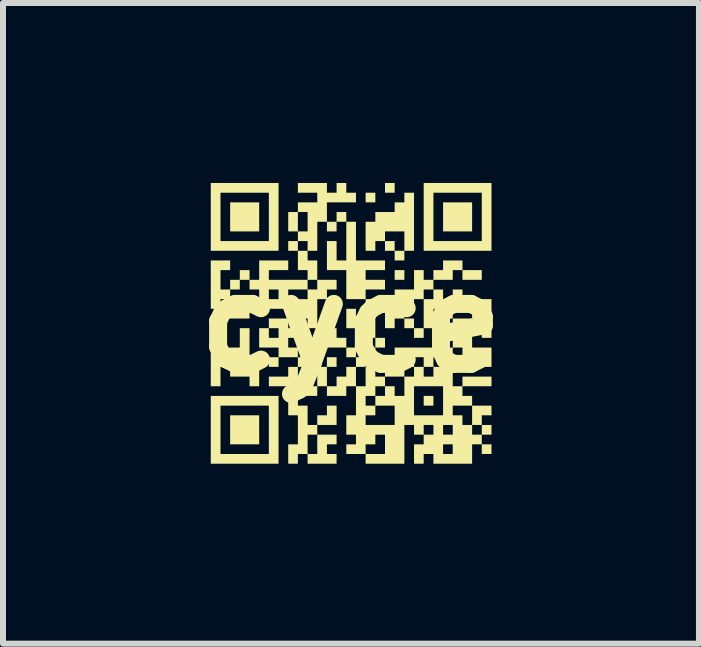
<source format=kicad_pcb>
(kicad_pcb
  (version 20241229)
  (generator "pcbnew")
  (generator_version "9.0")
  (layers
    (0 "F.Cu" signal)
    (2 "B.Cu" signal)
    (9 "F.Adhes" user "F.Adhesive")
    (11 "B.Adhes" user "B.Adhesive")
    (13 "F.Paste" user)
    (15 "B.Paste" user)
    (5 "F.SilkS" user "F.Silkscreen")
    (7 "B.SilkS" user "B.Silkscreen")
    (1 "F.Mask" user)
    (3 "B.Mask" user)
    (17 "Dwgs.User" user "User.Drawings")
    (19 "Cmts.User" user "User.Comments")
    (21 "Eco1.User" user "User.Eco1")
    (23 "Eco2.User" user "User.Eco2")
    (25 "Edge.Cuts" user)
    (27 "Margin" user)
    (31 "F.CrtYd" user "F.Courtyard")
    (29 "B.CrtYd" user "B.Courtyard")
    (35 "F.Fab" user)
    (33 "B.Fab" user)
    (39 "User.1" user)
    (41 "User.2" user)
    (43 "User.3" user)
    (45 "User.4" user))
  (footprint "cyce"
    (layer "F.Cu")
    (at 2.8 2.337)
    (property "Reference" "cyce" (at 0 0 0) (layer "F.SilkS") (effects (font (size 1.5 1.5) (thickness 0.3))))
    (attr board_only exclude_from_pos_files exclude_from_bom)
    (fp_poly (pts (xy -1.53 -1.772) (xy -1.53 -1.53) (xy -1.772 -1.53) (xy -2.014 -1.53) (xy -2.014 -1.772) (xy -2.014 -2.014) (xy -1.772 -2.014) (xy -1.53 -2.014)) (stroke (width 0) (type solid)) (fill yes) (layer "F.SilkS"))
    (fp_poly (pts (xy -1.53 1.777) (xy -1.53 2.019) (xy -1.772 2.019) (xy -2.014 2.019) (xy -2.014 1.777) (xy -2.014 1.535) (xy -1.772 1.535) (xy -1.53 1.535)) (stroke (width 0) (type solid)) (fill yes) (layer "F.SilkS"))
    (fp_poly (pts (xy -0.562 0.486) (xy -0.562 0.567) (xy -0.643 0.567) (xy -0.723 0.567) (xy -0.723 0.486) (xy -0.723 0.406) (xy -0.643 0.406) (xy -0.562 0.406)) (stroke (width 0) (type solid)) (fill yes) (layer "F.SilkS"))
    (fp_poly (pts (xy -0.24 -0.159) (xy -0.24 -0.078) (xy -0.32 -0.078) (xy -0.401 -0.078) (xy -0.401 -0.159) (xy -0.401 -0.24) (xy -0.32 -0.24) (xy -0.24 -0.24)) (stroke (width 0) (type solid)) (fill yes) (layer "F.SilkS"))
    (fp_poly (pts (xy -0.24 0.648) (xy -0.24 0.728) (xy -0.32 0.728) (xy -0.401 0.728) (xy -0.401 0.648) (xy -0.401 0.567) (xy -0.32 0.567) (xy -0.24 0.567)) (stroke (width 0) (type solid)) (fill yes) (layer "F.SilkS"))
    (fp_poly (pts (xy 0.083 0.486) (xy 0.083 0.567) (xy 0.002 0.567) (xy -0.078 0.567) (xy -0.078 0.486) (xy -0.078 0.406) (xy 0.002 0.406) (xy 0.083 0.406)) (stroke (width 0) (type solid)) (fill yes) (layer "F.SilkS"))
    (fp_poly (pts (xy 0.244 0.648) (xy 0.244 0.728) (xy 0.164 0.728) (xy 0.083 0.728) (xy 0.083 0.648) (xy 0.083 0.567) (xy 0.164 0.567) (xy 0.244 0.567)) (stroke (width 0) (type solid)) (fill yes) (layer "F.SilkS"))
    (fp_poly (pts (xy 0.406 -2.095) (xy 0.406 -2.014) (xy 0.325 -2.014) (xy 0.244 -2.014) (xy 0.244 -2.095) (xy 0.244 -2.175) (xy 0.325 -2.175) (xy 0.406 -2.175)) (stroke (width 0) (type solid)) (fill yes) (layer "F.SilkS"))
    (fp_poly (pts (xy 0.728 -2.256) (xy 0.728 -2.175) (xy 0.648 -2.175) (xy 0.567 -2.175) (xy 0.567 -2.256) (xy 0.567 -2.337) (xy 0.648 -2.337) (xy 0.728 -2.337)) (stroke (width 0) (type solid)) (fill yes) (layer "F.SilkS"))
    (fp_poly (pts (xy 0.89 -0.804) (xy 0.89 -0.723) (xy 0.809 -0.723) (xy 0.728 -0.723) (xy 0.728 -0.804) (xy 0.728 -0.885) (xy 0.809 -0.885) (xy 0.89 -0.885)) (stroke (width 0) (type solid)) (fill yes) (layer "F.SilkS"))
    (fp_poly (pts (xy 1.374 1.293) (xy 1.374 1.374) (xy 1.293 1.374) (xy 1.212 1.374) (xy 1.212 1.293) (xy 1.212 1.212) (xy 1.293 1.212) (xy 1.374 1.212)) (stroke (width 0) (type solid)) (fill yes) (layer "F.SilkS"))
    (fp_poly (pts (xy 1.858 -0.482) (xy 1.858 -0.401) (xy 1.777 -0.401) (xy 1.696 -0.401) (xy 1.696 -0.482) (xy 1.696 -0.562) (xy 1.777 -0.562) (xy 1.858 -0.562)) (stroke (width 0) (type solid)) (fill yes) (layer "F.SilkS"))
    (fp_poly (pts (xy 2.019 -1.772) (xy 2.019 -1.53) (xy 1.777 -1.53) (xy 1.535 -1.53) (xy 1.535 -1.772) (xy 1.535 -2.014) (xy 1.777 -2.014) (xy 2.019 -2.014)) (stroke (width 0) (type solid)) (fill yes) (layer "F.SilkS"))
    (fp_poly (pts (xy 2.18 -0.804) (xy 2.18 -0.723) (xy 2.019 -0.723) (xy 1.858 -0.723) (xy 1.858 -0.804) (xy 1.858 -0.885) (xy 2.019 -0.885) (xy 2.18 -0.885)) (stroke (width 0) (type solid)) (fill yes) (layer "F.SilkS"))
    (fp_poly (pts (xy 2.342 0.164) (xy 2.342 0.244) (xy 2.261 0.244) (xy 2.18 0.244) (xy 2.18 0.164) (xy 2.18 0.083) (xy 2.261 0.083) (xy 2.342 0.083)) (stroke (width 0) (type solid)) (fill yes) (layer "F.SilkS"))
    (fp_poly (pts (xy 2.342 2.1) (xy 2.342 2.18) (xy 2.261 2.18) (xy 2.18 2.18) (xy 2.18 2.1) (xy 2.18 2.019) (xy 2.261 2.019) (xy 2.342 2.019)) (stroke (width 0) (type solid)) (fill yes) (layer "F.SilkS"))
    (fp_poly (pts (xy -1.53 0.89) (xy -1.53 1.051) (xy -1.611 1.051) (xy -1.691 1.051) (xy -1.691 0.97) (xy -1.691 0.89) (xy -1.853 0.89) (xy -2.014 0.89) (xy -2.014 0.809) (xy -2.014 0.728) (xy -1.772 0.728) (xy -1.53 0.728)) (stroke (width 0) (type solid)) (fill yes) (layer "F.SilkS"))
    (fp_poly (pts (xy -0.24 0.164) (xy -0.24 0.244) (xy -0.159 0.244) (xy -0.078 0.244) (xy -0.078 0.325) (xy -0.078 0.406) (xy -0.24 0.406) (xy -0.401 0.406) (xy -0.401 0.244) (xy -0.401 0.083) (xy -0.32 0.083) (xy -0.24 0.083)) (stroke (width 0) (type solid)) (fill yes) (layer "F.SilkS"))
    (fp_poly (pts (xy 0.567 0.325) (xy 0.567 0.406) (xy 0.486 0.406) (xy 0.406 0.406) (xy 0.406 0.486) (xy 0.406 0.567) (xy 0.325 0.567) (xy 0.244 0.567) (xy 0.244 0.486) (xy 0.244 0.406) (xy 0.325 0.406) (xy 0.406 0.406) (xy 0.406 0.325) (xy 0.406 0.244) (xy 0.486 0.244) (xy 0.567 0.244)) (stroke (width 0) (type solid)) (fill yes) (layer "F.SilkS"))
    (fp_poly (pts (xy -1.207 -1.772) (xy -1.207 -1.207) (xy -1.772 -1.207) (xy -2.337 -1.207) (xy -2.337 -1.772) (xy -2.337 -2.175) (xy -2.175 -2.175) (xy -2.175 -1.772) (xy -2.175 -1.369) (xy -1.772 -1.369) (xy -1.369 -1.369) (xy -1.369 -1.772) (xy -1.369 -2.175) (xy -1.772 -2.175) (xy -2.175 -2.175) (xy -2.337 -2.175) (xy -2.337 -2.337) (xy -1.772 -2.337) (xy -1.207 -2.337)) (stroke (width 0) (type solid)) (fill yes) (layer "F.SilkS"))
    (fp_poly (pts (xy -1.207 1.777) (xy -1.207 2.342) (xy -1.772 2.342) (xy -2.337 2.342) (xy -2.337 1.777) (xy -2.337 1.374) (xy -2.175 1.374) (xy -2.175 1.777) (xy -2.175 2.18) (xy -1.772 2.18) (xy -1.369 2.18) (xy -1.369 1.777) (xy -1.369 1.374) (xy -1.772 1.374) (xy -2.175 1.374) (xy -2.337 1.374) (xy -2.337 1.212) (xy -1.772 1.212) (xy -1.207 1.212)) (stroke (width 0) (type solid)) (fill yes) (layer "F.SilkS"))
    (fp_poly (pts (xy 2.342 -1.772) (xy 2.342 -1.207) (xy 1.777 -1.207) (xy 1.212 -1.207) (xy 1.212 -1.772) (xy 1.212 -2.175) (xy 1.374 -2.175) (xy 1.374 -1.772) (xy 1.374 -1.369) (xy 1.777 -1.369) (xy 2.18 -1.369) (xy 2.18 -1.772) (xy 2.18 -2.175) (xy 1.777 -2.175) (xy 1.374 -2.175) (xy 1.212 -2.175) (xy 1.212 -2.337) (xy 1.777 -2.337) (xy 2.342 -2.337)) (stroke (width 0) (type solid)) (fill yes) (layer "F.SilkS"))
    (fp_poly (pts (xy -2.175 0.244) (xy -2.175 0.406) (xy -2.014 0.406) (xy -1.853 0.406) (xy -1.853 0.244) (xy -1.853 0.083) (xy -1.772 0.083) (xy -1.691 0.083) (xy -1.691 0.325) (xy -1.691 0.567) (xy -1.853 0.567) (xy -2.014 0.567) (xy -2.014 0.648) (xy -2.014 0.728) (xy -2.095 0.728) (xy -2.175 0.728) (xy -2.175 0.89) (xy -2.175 1.051) (xy -2.256 1.051) (xy -2.337 1.051) (xy -2.337 0.567) (xy -2.337 0.083) (xy -2.256 0.083) (xy -2.175 0.083)) (stroke (width 0) (type solid)) (fill yes) (layer "F.SilkS"))
    (fp_poly (pts (xy 0.406 -0.078) (xy 0.406 0.244) (xy 0.325 0.244) (xy 0.244 0.244) (xy 0.244 0.325) (xy 0.244 0.406) (xy 0.164 0.406) (xy 0.083 0.406) (xy 0.083 0.244) (xy 0.083 0.083) (xy 0.002 0.083) (xy -0.078 0.083) (xy -0.078 -0.078) (xy -0.078 -0.24) (xy 0.002 -0.24) (xy 0.083 -0.24) (xy 0.083 -0.159) (xy 0.083 -0.078) (xy 0.164 -0.078) (xy 0.244 -0.078) (xy 0.244 -0.24) (xy 0.244 -0.401) (xy 0.325 -0.401) (xy 0.406 -0.401)) (stroke (width 0) (type solid)) (fill yes) (layer "F.SilkS"))
    (fp_poly (pts (xy 0.083 -1.369) (xy 0.083 -1.046) (xy 0.325 -1.046) (xy 0.567 -1.046) (xy 0.567 -0.965) (xy 0.567 -0.885) (xy 0.406 -0.885) (xy 0.244 -0.885) (xy 0.244 -0.804) (xy 0.244 -0.723) (xy 0.406 -0.723) (xy 0.567 -0.723) (xy 0.567 -0.643) (xy 0.567 -0.562) (xy 0.406 -0.562) (xy 0.244 -0.562) (xy 0.244 -0.482) (xy 0.244 -0.401) (xy 0.083 -0.401) (xy -0.078 -0.401) (xy -0.078 -0.643) (xy -0.078 -0.885) (xy -0.24 -0.885) (xy -0.401 -0.885) (xy -0.401 -1.127) (xy -0.401 -1.369) (xy -0.32 -1.369) (xy -0.24 -1.369) (xy -0.24 -1.207) (xy -0.24 -1.046) (xy -0.159 -1.046) (xy -0.078 -1.046) (xy -0.078 -1.369) (xy -0.078 -1.691) (xy 0.002 -1.691) (xy 0.083 -1.691)) (stroke (width 0) (type solid)) (fill yes) (layer "F.SilkS"))
    (fp_poly (pts (xy 1.051 -1.691) (xy 1.051 -1.207) (xy 0.97 -1.207) (xy 0.89 -1.207) (xy 0.89 -1.127) (xy 0.89 -1.046) (xy 0.809 -1.046) (xy 0.728 -1.046) (xy 0.728 -1.127) (xy 0.728 -1.207) (xy 0.648 -1.207) (xy 0.567 -1.207) (xy 0.567 -1.288) (xy 0.567 -1.369) (xy 0.648 -1.369) (xy 0.728 -1.369) (xy 0.728 -1.288) (xy 0.728 -1.207) (xy 0.809 -1.207) (xy 0.89 -1.207) (xy 0.89 -1.369) (xy 0.89 -1.53) (xy 0.728 -1.53) (xy 0.567 -1.53) (xy 0.567 -1.449) (xy 0.567 -1.369) (xy 0.486 -1.369) (xy 0.406 -1.369) (xy 0.406 -1.288) (xy 0.406 -1.207) (xy 0.325 -1.207) (xy 0.244 -1.207) (xy 0.244 -1.449) (xy 0.244 -1.691) (xy 0.325 -1.691) (xy 0.406 -1.691) (xy 0.406 -1.772) (xy 0.406 -1.853) (xy 0.567 -1.853) (xy 0.728 -1.853) (xy 0.728 -1.933) (xy 0.728 -2.014) (xy 0.809 -2.014) (xy 0.89 -2.014) (xy 0.89 -2.095) (xy 0.89 -2.175) (xy 0.97 -2.175) (xy 1.051 -2.175)) (stroke (width 0) (type solid)) (fill yes) (layer "F.SilkS"))
    (fp_poly (pts (xy 1.858 -0.965) (xy 1.858 -0.885) (xy 1.777 -0.885) (xy 1.696 -0.885) (xy 1.696 -0.804) (xy 1.696 -0.723) (xy 1.535 -0.723) (xy 1.374 -0.723) (xy 1.374 -0.643) (xy 1.374 -0.562) (xy 1.293 -0.562) (xy 1.212 -0.562) (xy 1.212 -0.482) (xy 1.212 -0.401) (xy 1.132 -0.401) (xy 1.051 -0.401) (xy 1.051 -0.32) (xy 1.051 -0.24) (xy 0.97 -0.24) (xy 0.89 -0.24) (xy 0.89 -0.159) (xy 0.89 -0.078) (xy 0.809 -0.078) (xy 0.728 -0.078) (xy 0.728 0.002) (xy 0.728 0.083) (xy 0.648 0.083) (xy 0.567 0.083) (xy 0.567 -0.078) (xy 0.567 -0.24) (xy 0.728 -0.24) (xy 0.89 -0.24) (xy 0.89 -0.32) (xy 0.89 -0.401) (xy 0.809 -0.401) (xy 0.728 -0.401) (xy 0.728 -0.482) (xy 0.728 -0.562) (xy 0.89 -0.562) (xy 1.051 -0.562) (xy 1.051 -0.723) (xy 1.051 -0.885) (xy 1.132 -0.885) (xy 1.212 -0.885) (xy 1.212 -0.804) (xy 1.212 -0.723) (xy 1.293 -0.723) (xy 1.374 -0.723) (xy 1.374 -0.804) (xy 1.374 -0.885) (xy 1.454 -0.885) (xy 1.535 -0.885) (xy 1.535 -0.965) (xy 1.535 -1.046) (xy 1.696 -1.046) (xy 1.858 -1.046)) (stroke (width 0) (type solid)) (fill yes) (layer "F.SilkS"))
    (fp_poly (pts (xy -0.401 -2.256) (xy -0.401 -2.175) (xy -0.32 -2.175) (xy -0.24 -2.175) (xy -0.24 -2.256) (xy -0.24 -2.337) (xy -0.159 -2.337) (xy -0.078 -2.337) (xy -0.078 -2.256) (xy -0.078 -2.175) (xy 0.002 -2.175) (xy 0.083 -2.175) (xy 0.083 -2.095) (xy 0.083 -2.014) (xy -0.159 -2.014) (xy -0.401 -2.014) (xy -0.401 -1.853) (xy -0.401 -1.691) (xy -0.32 -1.691) (xy -0.24 -1.691) (xy -0.24 -1.772) (xy -0.24 -1.853) (xy -0.159 -1.853) (xy -0.078 -1.853) (xy -0.078 -1.772) (xy -0.078 -1.691) (xy -0.159 -1.691) (xy -0.24 -1.691) (xy -0.24 -1.611) (xy -0.24 -1.53) (xy -0.32 -1.53) (xy -0.401 -1.53) (xy -0.401 -1.611) (xy -0.401 -1.691) (xy -0.482 -1.691) (xy -0.562 -1.691) (xy -0.562 -1.449) (xy -0.562 -1.207) (xy -0.643 -1.207) (xy -0.723 -1.207) (xy -0.723 -1.288) (xy -0.723 -1.369) (xy -0.804 -1.369) (xy -0.885 -1.369) (xy -0.885 -1.288) (xy -0.885 -1.207) (xy -0.965 -1.207) (xy -1.046 -1.207) (xy -1.046 -1.288) (xy -1.046 -1.369) (xy -0.965 -1.369) (xy -0.885 -1.369) (xy -0.885 -1.449) (xy -0.885 -1.53) (xy -0.965 -1.53) (xy -1.046 -1.53) (xy -1.046 -1.691) (xy -1.046 -1.853) (xy -0.965 -1.853) (xy -0.885 -1.853) (xy -0.885 -1.691) (xy -0.885 -1.53) (xy -0.804 -1.53) (xy -0.723 -1.53) (xy -0.723 -1.691) (xy -0.723 -1.853) (xy -0.804 -1.853) (xy -0.885 -1.853) (xy -0.885 -1.933) (xy -0.885 -2.014) (xy -0.723 -2.014) (xy -0.562 -2.014) (xy -0.562 -2.095) (xy -0.562 -2.175) (xy -0.723 -2.175) (xy -0.885 -2.175) (xy -0.885 -2.256) (xy -0.885 -2.337) (xy -0.643 -2.337) (xy -0.401 -2.337)) (stroke (width 0) (type solid)) (fill yes) (layer "F.SilkS"))
    (fp_poly (pts (xy -0.723 -1.127) (xy -0.723 -1.046) (xy -0.643 -1.046) (xy -0.562 -1.046) (xy -0.562 -0.885) (xy -0.562 -0.723) (xy -0.643 -0.723) (xy -0.723 -0.723) (xy -0.723 -0.643) (xy -0.723 -0.562) (xy -0.885 -0.562) (xy -1.046 -0.562) (xy -1.046 -0.482) (xy -1.046 -0.401) (xy -0.885 -0.401) (xy -0.723 -0.401) (xy -0.723 -0.482) (xy -0.723 -0.562) (xy -0.643 -0.562) (xy -0.562 -0.562) (xy -0.562 -0.643) (xy -0.562 -0.723) (xy -0.401 -0.723) (xy -0.24 -0.723) (xy -0.24 -0.643) (xy -0.24 -0.562) (xy -0.32 -0.562) (xy -0.401 -0.562) (xy -0.401 -0.482) (xy -0.401 -0.401) (xy -0.482 -0.401) (xy -0.562 -0.401) (xy -0.562 -0.159) (xy -0.562 0.083) (xy -0.643 0.083) (xy -0.723 0.083) (xy -0.723 0.002) (xy -0.723 -0.078) (xy -0.885 -0.078) (xy -1.046 -0.078) (xy -1.046 0.002) (xy -1.046 0.083) (xy -0.965 0.083) (xy -0.885 0.083) (xy -0.885 0.164) (xy -0.885 0.244) (xy -0.965 0.244) (xy -1.046 0.244) (xy -1.046 0.325) (xy -1.046 0.406) (xy -0.965 0.406) (xy -0.885 0.406) (xy -0.885 0.486) (xy -0.885 0.567) (xy -1.046 0.567) (xy -1.207 0.567) (xy -1.207 0.648) (xy -1.207 0.728) (xy -1.288 0.728) (xy -1.369 0.728) (xy -1.369 0.648) (xy -1.369 0.567) (xy -1.288 0.567) (xy -1.207 0.567) (xy -1.207 0.486) (xy -1.207 0.406) (xy -1.369 0.406) (xy -1.53 0.406) (xy -1.53 0.244) (xy -1.53 0.083) (xy -1.449 0.083) (xy -1.369 0.083) (xy -1.369 0.164) (xy -1.369 0.244) (xy -1.288 0.244) (xy -1.207 0.244) (xy -1.207 0.164) (xy -1.207 0.083) (xy -1.288 0.083) (xy -1.369 0.083) (xy -1.369 0.002) (xy -1.369 -0.078) (xy -1.207 -0.078) (xy -1.046 -0.078) (xy -1.046 -0.159) (xy -1.046 -0.24) (xy -1.369 -0.24) (xy -1.691 -0.24) (xy -1.691 -0.159) (xy -1.691 -0.078) (xy -1.933 -0.078) (xy -2.175 -0.078) (xy -2.175 -0.159) (xy -2.175 -0.24) (xy -1.933 -0.24) (xy -1.691 -0.24) (xy -1.691 -0.32) (xy -1.691 -0.401) (xy -1.611 -0.401) (xy -1.53 -0.401) (xy -1.53 -0.482) (xy -1.53 -0.562) (xy -1.369 -0.562) (xy -1.369 -0.482) (xy -1.369 -0.401) (xy -1.288 -0.401) (xy -1.207 -0.401) (xy -1.207 -0.482) (xy -1.207 -0.562) (xy -1.288 -0.562) (xy -1.369 -0.562) (xy -1.53 -0.562) (xy -1.611 -0.562) (xy -1.691 -0.562) (xy -1.691 -0.643) (xy -1.691 -0.723) (xy -1.772 -0.723) (xy -1.853 -0.723) (xy -1.853 -0.643) (xy -1.853 -0.562) (xy -1.933 -0.562) (xy -2.014 -0.562) (xy -2.014 -0.482) (xy -2.014 -0.401) (xy -2.095 -0.401) (xy -2.175 -0.401) (xy -2.175 -0.32) (xy -2.175 -0.24) (xy -2.256 -0.24) (xy -2.337 -0.24) (xy -2.337 -0.643) (xy -2.337 -1.046) (xy -2.175 -1.046) (xy -2.014 -1.046) (xy -2.014 -0.965) (xy -2.014 -0.885) (xy -2.095 -0.885) (xy -2.175 -0.885) (xy -2.175 -0.723) (xy -2.175 -0.562) (xy -2.095 -0.562) (xy -2.014 -0.562) (xy -2.014 -0.643) (xy -2.014 -0.723) (xy -1.933 -0.723) (xy -1.853 -0.723) (xy -1.853 -0.804) (xy -1.853 -0.885) (xy -1.772 -0.885) (xy -1.691 -0.885) (xy -1.691 -0.804) (xy -1.691 -0.723) (xy -1.611 -0.723) (xy -1.53 -0.723) (xy -1.53 -0.885) (xy -1.53 -1.046) (xy -1.288 -1.046) (xy -1.046 -1.046) (xy -1.046 -0.965) (xy -1.046 -0.885) (xy -1.207 -0.885) (xy -1.369 -0.885) (xy -1.369 -0.804) (xy -1.369 -0.723) (xy -1.046 -0.723) (xy -0.723 -0.723) (xy -0.723 -0.804) (xy -0.723 -0.885) (xy -0.804 -0.885) (xy -0.885 -0.885) (xy -0.885 -1.046) (xy -0.885 -1.207) (xy -0.804 -1.207) (xy -0.723 -1.207)) (stroke (width 0) (type solid)) (fill yes) (layer "F.SilkS"))
    (fp_poly (pts (xy 1.535 -0.401) (xy 1.535 -0.24) (xy 1.454 -0.24) (xy 1.374 -0.24) (xy 1.374 -0.159) (xy 1.374 -0.078) (xy 1.454 -0.078) (xy 1.535 -0.078) (xy 1.535 0.002) (xy 1.535 0.083) (xy 1.616 0.083) (xy 1.696 0.083) (xy 1.696 0.002) (xy 1.696 -0.078) (xy 1.616 -0.078) (xy 1.535 -0.078) (xy 1.535 -0.159) (xy 1.535 -0.24) (xy 1.616 -0.24) (xy 1.696 -0.24) (xy 1.696 -0.159) (xy 1.696 -0.078) (xy 1.858 -0.078) (xy 2.019 -0.078) (xy 2.019 -0.159) (xy 2.019 -0.24) (xy 2.1 -0.24) (xy 2.18 -0.24) (xy 2.18 -0.32) (xy 2.18 -0.401) (xy 2.261 -0.401) (xy 2.342 -0.401) (xy 2.342 -0.24) (xy 2.342 -0.078) (xy 2.18 -0.078) (xy 2.019 -0.078) (xy 2.019 0.164) (xy 2.019 0.406) (xy 2.18 0.406) (xy 2.342 0.406) (xy 2.342 0.567) (xy 2.342 0.728) (xy 2.261 0.728) (xy 2.18 0.728) (xy 2.18 0.648) (xy 2.18 0.567) (xy 2.019 0.567) (xy 1.858 0.567) (xy 1.858 0.648) (xy 1.858 0.728) (xy 1.777 0.728) (xy 1.696 0.728) (xy 1.696 0.89) (xy 1.696 1.051) (xy 1.777 1.051) (xy 1.858 1.051) (xy 1.858 0.97) (xy 1.858 0.89) (xy 2.1 0.89) (xy 2.342 0.89) (xy 2.342 0.97) (xy 2.342 1.051) (xy 2.1 1.051) (xy 1.858 1.051) (xy 1.858 1.132) (xy 1.858 1.212) (xy 1.938 1.212) (xy 2.019 1.212) (xy 2.019 1.293) (xy 2.019 1.374) (xy 1.858 1.374) (xy 1.696 1.374) (xy 1.696 1.454) (xy 1.696 1.535) (xy 1.777 1.535) (xy 1.858 1.535) (xy 1.858 1.616) (xy 1.858 1.696) (xy 1.938 1.696) (xy 2.019 1.696) (xy 2.019 1.535) (xy 2.019 1.374) (xy 2.18 1.374) (xy 2.342 1.374) (xy 2.342 1.454) (xy 2.342 1.535) (xy 2.261 1.535) (xy 2.18 1.535) (xy 2.18 1.616) (xy 2.18 1.696) (xy 2.1 1.696) (xy 2.019 1.696) (xy 2.019 1.777) (xy 2.019 1.858) (xy 2.1 1.858) (xy 2.18 1.858) (xy 2.18 1.777) (xy 2.18 1.696) (xy 2.261 1.696) (xy 2.342 1.696) (xy 2.342 1.777) (xy 2.342 1.858) (xy 2.261 1.858) (xy 2.18 1.858) (xy 2.18 1.938) (xy 2.18 2.019) (xy 2.1 2.019) (xy 2.019 2.019) (xy 2.019 2.18) (xy 2.019 2.342) (xy 1.696 2.342) (xy 1.374 2.342) (xy 1.374 2.261) (xy 1.374 2.18) (xy 1.293 2.18) (xy 1.212 2.18) (xy 1.212 2.261) (xy 1.212 2.342) (xy 1.132 2.342) (xy 1.051 2.342) (xy 1.051 2.18) (xy 1.051 2.019) (xy 1.132 2.019) (xy 1.212 2.019) (xy 1.535 2.019) (xy 1.535 2.1) (xy 1.535 2.18) (xy 1.616 2.18) (xy 1.696 2.18) (xy 1.696 2.1) (xy 1.696 2.019) (xy 1.616 2.019) (xy 1.535 2.019) (xy 1.212 2.019) (xy 1.212 1.938) (xy 1.212 1.858) (xy 1.132 1.858) (xy 1.051 1.858) (xy 1.051 1.777) (xy 1.051 1.696) (xy 1.212 1.696) (xy 1.212 1.777) (xy 1.212 1.858) (xy 1.293 1.858) (xy 1.374 1.858) (xy 1.374 1.777) (xy 1.374 1.696) (xy 1.535 1.696) (xy 1.535 1.777) (xy 1.535 1.858) (xy 1.616 1.858) (xy 1.696 1.858) (xy 1.696 1.777) (xy 1.696 1.696) (xy 1.616 1.696) (xy 1.535 1.696) (xy 1.374 1.696) (xy 1.293 1.696) (xy 1.212 1.696) (xy 1.051 1.696) (xy 0.97 1.696) (xy 0.89 1.696) (xy 0.89 2.019) (xy 0.89 2.342) (xy 0.567 2.342) (xy 0.244 2.342) (xy 0.244 2.261) (xy 0.244 2.18) (xy 0.406 2.18) (xy 0.567 2.18) (xy 0.567 2.019) (xy 0.567 1.858) (xy 0.486 1.858) (xy 0.406 1.858) (xy 0.406 1.938) (xy 0.406 2.019) (xy 0.325 2.019) (xy 0.244 2.019) (xy 0.244 2.1) (xy 0.244 2.18) (xy 0.083 2.18) (xy -0.078 2.18) (xy -0.078 2.1) (xy -0.078 2.019) (xy 0.002 2.019) (xy 0.083 2.019) (xy 0.083 1.938) (xy 0.083 1.858) (xy 0.002 1.858) (xy -0.078 1.858) (xy -0.078 1.696) (xy 0.244 1.696) (xy 0.486 1.696) (xy 0.728 1.696) (xy 0.728 1.535) (xy 0.728 1.374) (xy 0.567 1.374) (xy 0.406 1.374) (xy 0.406 1.454) (xy 0.406 1.535) (xy 0.325 1.535) (xy 0.244 1.535) (xy 0.244 1.616) (xy 0.244 1.696) (xy -0.078 1.696) (xy -0.078 1.535) (xy 0.002 1.535) (xy 0.083 1.535) (xy 0.083 1.374) (xy 0.244 1.374) (xy 0.325 1.374) (xy 0.406 1.374) (xy 0.406 1.293) (xy 0.406 1.212) (xy 0.486 1.212) (xy 0.567 1.212) (xy 0.567 1.132) (xy 0.567 1.051) (xy 0.648 1.051) (xy 0.728 1.051) (xy 0.728 1.132) (xy 0.728 1.212) (xy 0.809 1.212) (xy 0.89 1.212) (xy 0.89 1.051) (xy 1.051 1.051) (xy 1.051 1.293) (xy 1.051 1.535) (xy 1.293 1.535) (xy 1.535 1.535) (xy 1.535 1.293) (xy 1.535 1.051) (xy 1.293 1.051) (xy 1.051 1.051) (xy 0.89 1.051) (xy 0.89 0.89) (xy 0.97 0.89) (xy 1.051 0.89) (xy 1.051 0.809) (xy 1.051 0.728) (xy 1.132 0.728) (xy 1.212 0.728) (xy 1.212 0.809) (xy 1.212 0.89) (xy 1.293 0.89) (xy 1.374 0.89) (xy 1.374 0.809) (xy 1.374 0.728) (xy 1.535 0.728) (xy 1.696 0.728) (xy 1.696 0.648) (xy 1.696 0.567) (xy 1.777 0.567) (xy 1.858 0.567) (xy 1.858 0.486) (xy 1.858 0.406) (xy 1.777 0.406) (xy 1.696 0.406) (xy 1.696 0.486) (xy 1.696 0.567) (xy 1.535 0.567) (xy 1.374 0.567) (xy 1.374 0.648) (xy 1.374 0.728) (xy 1.293 0.728) (xy 1.212 0.728) (xy 1.212 0.648) (xy 1.212 0.567) (xy 1.132 0.567) (xy 1.051 0.567) (xy 1.051 0.648) (xy 1.051 0.728) (xy 0.97 0.728) (xy 0.89 0.728) (xy 0.89 0.809) (xy 0.89 0.89) (xy 0.728 0.89) (xy 0.567 0.89) (xy 0.567 0.809) (xy 0.567 0.728) (xy 0.486 0.728) (xy 0.406 0.728) (xy 0.406 0.809) (xy 0.406 0.89) (xy 0.486 0.89) (xy 0.567 0.89) (xy 0.567 0.97) (xy 0.567 1.051) (xy 0.486 1.051) (xy 0.406 1.051) (xy 0.406 1.132) (xy 0.406 1.212) (xy 0.325 1.212) (xy 0.244 1.212) (xy 0.244 1.293) (xy 0.244 1.374) (xy 0.083 1.374) (xy 0.083 1.293) (xy 0.083 1.051) (xy 0.002 1.051) (xy -0.078 1.051) (xy -0.078 1.132) (xy -0.078 1.212) (xy -0.24 1.212) (xy -0.401 1.212) (xy -0.401 1.132) (xy -0.401 1.051) (xy -0.482 1.051) (xy -0.562 1.051) (xy -0.562 1.132) (xy -0.562 1.212) (xy -0.723 1.212) (xy -0.885 1.212) (xy -0.885 1.293) (xy -0.885 1.374) (xy -0.804 1.374) (xy -0.723 1.374) (xy -0.723 1.535) (xy -0.723 1.696) (xy -0.643 1.696) (xy -0.562 1.696) (xy -0.562 1.616) (xy -0.562 1.535) (xy -0.482 1.535) (xy -0.401 1.535) (xy -0.401 1.454) (xy -0.401 1.374) (xy -0.32 1.374) (xy -0.24 1.374) (xy -0.24 1.535) (xy -0.24 1.696) (xy -0.401 1.696) (xy -0.562 1.696) (xy -0.562 1.777) (xy -0.562 1.858) (xy -0.643 1.858) (xy -0.723 1.858) (xy -0.723 2.019) (xy -0.723 2.18) (xy -0.643 2.18) (xy -0.562 2.18) (xy -0.562 2.019) (xy -0.562 1.858) (xy -0.401 1.858) (xy -0.24 1.858) (xy -0.24 1.938) (xy -0.24 2.019) (xy -0.32 2.019) (xy -0.401 2.019) (xy -0.401 2.1) (xy -0.401 2.18) (xy -0.32 2.18) (xy -0.24 2.18) (xy -0.24 2.261) (xy -0.24 2.342) (xy -0.482 2.342) (xy -0.723 2.342) (xy -0.723 2.261) (xy -0.723 2.18) (xy -0.804 2.18) (xy -0.885 2.18) (xy -0.885 2.261) (xy -0.885 2.342) (xy -0.965 2.342) (xy -1.046 2.342) (xy -1.046 2.18) (xy -1.046 2.019) (xy -0.965 2.019) (xy -0.885 2.019) (xy -0.885 1.777) (xy -0.885 1.535) (xy -0.965 1.535) (xy -1.046 1.535) (xy -1.046 1.293) (xy -1.046 1.051) (xy -1.207 1.051) (xy -1.369 1.051) (xy -1.369 0.97) (xy -1.369 0.89) (xy -1.207 0.89) (xy -1.046 0.89) (xy -1.046 0.809) (xy -1.046 0.728) (xy -0.965 0.728) (xy -0.885 0.728) (xy -0.885 0.648) (xy -0.885 0.567) (xy -0.804 0.567) (xy -0.723 0.567) (xy -0.723 0.648) (xy -0.723 0.728) (xy -0.804 0.728) (xy -0.885 0.728) (xy -0.885 0.89) (xy -0.885 1.051) (xy -0.723 1.051) (xy -0.562 1.051) (xy -0.562 0.89) (xy -0.562 0.728) (xy -0.482 0.728) (xy -0.401 0.728) (xy -0.401 0.89) (xy -0.401 1.051) (xy -0.32 1.051) (xy -0.24 1.051) (xy -0.24 0.97) (xy -0.24 0.89) (xy -0.159 0.89) (xy -0.078 0.89) (xy -0.078 0.809) (xy -0.078 0.728) (xy 0.002 0.728) (xy 0.083 0.728) (xy 0.083 0.89) (xy 0.083 1.051) (xy 0.164 1.051) (xy 0.244 1.051) (xy 0.244 0.89) (xy 0.244 0.728) (xy 0.325 0.728) (xy 0.406 0.728) (xy 0.406 0.648) (xy 0.406 0.567) (xy 0.486 0.567) (xy 0.567 0.567) (xy 0.567 0.648) (xy 0.567 0.728) (xy 0.648 0.728) (xy 0.728 0.728) (xy 0.728 0.567) (xy 0.728 0.406) (xy 1.051 0.406) (xy 1.374 0.406) (xy 1.535 0.406) (xy 1.616 0.406) (xy 1.696 0.406) (xy 1.696 0.325) (xy 1.696 0.244) (xy 1.777 0.244) (xy 1.858 0.244) (xy 1.858 0.164) (xy 1.858 0.083) (xy 1.777 0.083) (xy 1.696 0.083) (xy 1.696 0.164) (xy 1.696 0.244) (xy 1.616 0.244) (xy 1.535 0.244) (xy 1.535 0.325) (xy 1.535 0.406) (xy 1.374 0.406) (xy 1.374 0.244) (xy 1.374 0.083) (xy 1.293 0.083) (xy 1.212 0.083) (xy 1.212 0.164) (xy 1.212 0.244) (xy 1.132 0.244) (xy 1.051 0.244) (xy 1.051 0.164) (xy 1.051 0.083) (xy 0.97 0.083) (xy 0.89 0.083) (xy 0.89 0.002) (xy 0.89 -0.078) (xy 0.97 -0.078) (xy 1.051 -0.078) (xy 1.051 0.002) (xy 1.051 0.083) (xy 1.132 0.083) (xy 1.212 0.083) (xy 1.212 -0.159) (xy 1.212 -0.401) (xy 1.293 -0.401) (xy 1.374 -0.401) (xy 1.374 -0.482) (xy 1.374 -0.562) (xy 1.454 -0.562) (xy 1.535 -0.562)) (stroke (width 0) (type solid)) (fill yes) (layer "F.SilkS")))
  (gr_rect
    (start -3 -3)
    (end 8.6 7.678)
    (stroke (width 0.1) (type default))
    (fill no)
    (layer "Edge.Cuts")))
</source>
